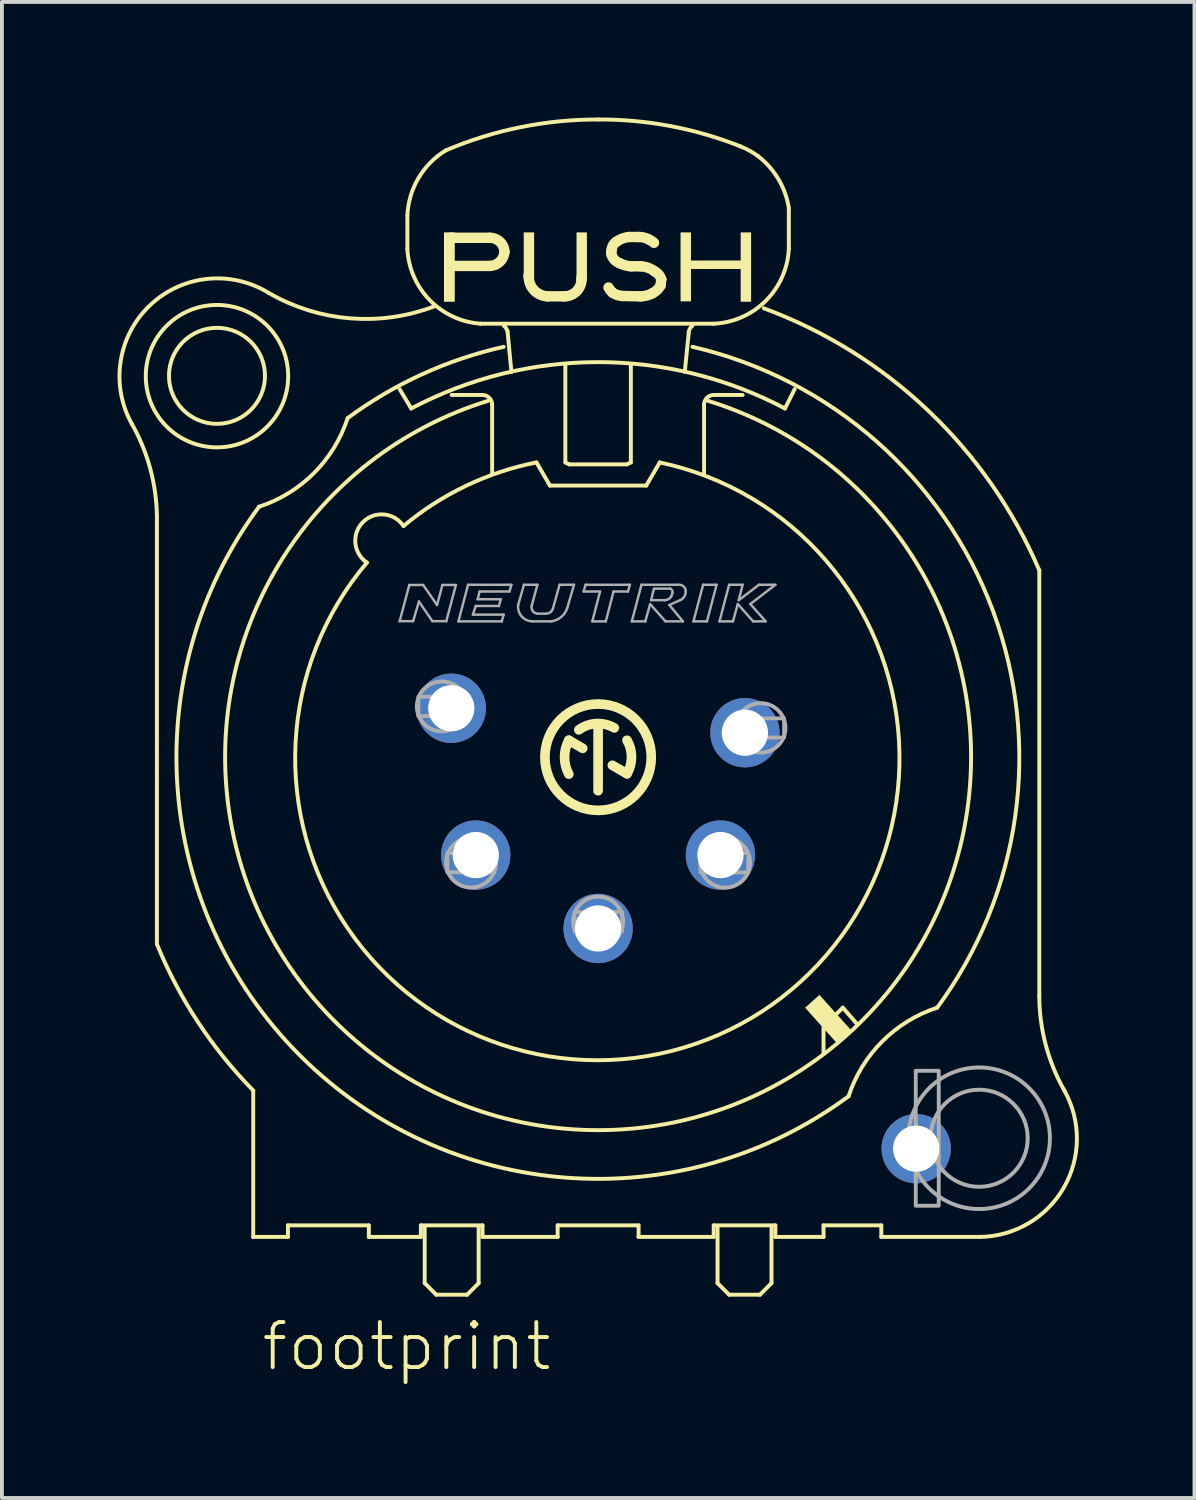
<source format=kicad_pcb>
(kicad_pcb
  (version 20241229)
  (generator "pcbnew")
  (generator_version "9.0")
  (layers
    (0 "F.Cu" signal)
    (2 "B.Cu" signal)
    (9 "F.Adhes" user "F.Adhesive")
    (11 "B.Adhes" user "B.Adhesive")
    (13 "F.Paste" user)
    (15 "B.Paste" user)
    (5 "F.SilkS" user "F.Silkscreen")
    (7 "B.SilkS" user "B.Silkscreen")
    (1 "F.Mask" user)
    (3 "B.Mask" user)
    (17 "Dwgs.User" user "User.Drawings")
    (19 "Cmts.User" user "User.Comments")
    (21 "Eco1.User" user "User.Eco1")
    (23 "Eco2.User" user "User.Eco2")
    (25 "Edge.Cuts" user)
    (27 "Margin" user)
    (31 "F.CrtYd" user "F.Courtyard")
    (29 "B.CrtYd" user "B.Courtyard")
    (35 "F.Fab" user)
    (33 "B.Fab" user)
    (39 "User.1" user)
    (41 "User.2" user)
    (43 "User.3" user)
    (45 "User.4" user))
  (footprint "footprint"
    (layer "F.Cu")
    (at 12.572 16.701)
    (property "Reference" "footprint" (at -8.89 15.875 0) (layer "F.SilkS") (effects (font (size 1.168 1.168) (thickness 0.102)) (justify left bottom)))
    (fp_line (start -11.55 4.75) (end -11.55 -6.35) (stroke (width 0.102) (type solid)) (layer "F.SilkS"))
    (fp_line (start -9.05 8.55) (end -9.05 12.35) (stroke (width 0.102) (type solid)) (layer "F.SilkS"))
    (fp_line (start -9.05 12.35) (end -8.15 12.35) (stroke (width 0.102) (type solid)) (layer "F.SilkS"))
    (fp_line (start -8.15 12.05) (end -6.05 12.05) (stroke (width 0.102) (type solid)) (layer "F.SilkS"))
    (fp_line (start -8.15 12.35) (end -8.15 12.05) (stroke (width 0.102) (type solid)) (layer "F.SilkS"))
    (fp_line (start -6.05 12.05) (end -6.05 12.35) (stroke (width 0.102) (type solid)) (layer "F.SilkS"))
    (fp_line (start -6.05 12.35) (end -4.7 12.35) (stroke (width 0.102) (type solid)) (layer "F.SilkS"))
    (fp_line (start -5.05 -14.15) (end -5.05 -13.3) (stroke (width 0.102) (type solid)) (layer "F.SilkS"))
    (fp_line (start -4.95 -9.15) (end -5.25 -9.65) (stroke (width 0.102) (type solid)) (layer "F.SilkS"))
    (fp_line (start -4.7 12.05) (end -3.1 12.05) (stroke (width 0.102) (type solid)) (layer "F.SilkS"))
    (fp_line (start -4.7 12.35) (end -4.7 12.05) (stroke (width 0.102) (type solid)) (layer "F.SilkS"))
    (fp_line (start -4.6 12.1) (end -4.6 13.55) (stroke (width 0.102) (type solid)) (layer "F.SilkS"))
    (fp_line (start -4.6 13.55) (end -4.3 13.85) (stroke (width 0.102) (type solid)) (layer "F.SilkS"))
    (fp_line (start -4.3 13.85) (end -3.5 13.85) (stroke (width 0.102) (type solid)) (layer "F.SilkS"))
    (fp_line (start -3.94 -13.58) (end -2.91 -13.58) (stroke (width 0.27) (type solid)) (layer "F.SilkS"))
    (fp_line (start -3.9 -9.5) (end -3.1 -9.5) (stroke (width 0.102) (type solid)) (layer "F.SilkS"))
    (fp_line (start -3.5 13.85) (end -3.2 13.55) (stroke (width 0.102) (type solid)) (layer "F.SilkS"))
    (fp_line (start -3.2 13.55) (end -3.2 12.1) (stroke (width 0.102) (type solid)) (layer "F.SilkS"))
    (fp_line (start -3.15 -11.35) (end 2.9 -11.35) (stroke (width 0.102) (type solid)) (layer "F.SilkS"))
    (fp_line (start -3.1 12.05) (end -3.1 12.35) (stroke (width 0.102) (type solid)) (layer "F.SilkS"))
    (fp_line (start -3.1 12.35) (end -1.15 12.35) (stroke (width 0.102) (type solid)) (layer "F.SilkS"))
    (fp_line (start -2.91 -12.85) (end -3.87 -12.85) (stroke (width 0.27) (type solid)) (layer "F.SilkS"))
    (fp_line (start -2.85 -9.25) (end -2.85 -7.45) (stroke (width 0.102) (type solid)) (layer "F.SilkS"))
    (fp_line (start -2.35 -10.1) (end -2.45 -11.15) (stroke (width 0.102) (type solid)) (layer "F.SilkS"))
    (fp_line (start -1.9 -12.63) (end -1.9 -12.57) (stroke (width 0.27) (type solid)) (layer "F.SilkS"))
    (fp_line (start -1.7 -7.75) (end -1.35 -7.15) (stroke (width 0.102) (type solid)) (layer "F.SilkS"))
    (fp_line (start -1.41 -12.06) (end -0.98 -12.06) (stroke (width 0.27) (type solid)) (layer "F.SilkS"))
    (fp_line (start -1.35 -7.15) (end 1.15 -7.15) (stroke (width 0.102) (type solid)) (layer "F.SilkS"))
    (fp_line (start -1.15 12.05) (end 0.95 12.05) (stroke (width 0.102) (type solid)) (layer "F.SilkS"))
    (fp_line (start -1.15 12.35) (end -1.15 12.05) (stroke (width 0.102) (type solid)) (layer "F.SilkS"))
    (fp_line (start -0.95 -10.3) (end -0.95 -7.75) (stroke (width 0.102) (type solid)) (layer "F.SilkS"))
    (fp_line (start -0.95 -7.75) (end -0.85 -7.7) (stroke (width 0.102) (type solid)) (layer "F.SilkS"))
    (fp_line (start -0.86 -0.54) (end -0.5 -0.33) (stroke (width 0.25) (type solid)) (layer "F.SilkS"))
    (fp_line (start -0.85 -7.7) (end 0.65 -7.7) (stroke (width 0.102) (type solid)) (layer "F.SilkS"))
    (fp_line (start -0.53 -12.5) (end -0.53 -12.55) (stroke (width 0.27) (type solid)) (layer "F.SilkS"))
    (fp_line (start -0.1 0.77) (end -0.1 -0.88) (stroke (width 0.25) (type solid)) (layer "F.SilkS"))
    (fp_line (start 0.27 0.11) (end 0.65 0.33) (stroke (width 0.25) (type solid)) (layer "F.SilkS"))
    (fp_line (start 0.52 -12.07) (end 1 -12.06) (stroke (width 0.27) (type solid)) (layer "F.SilkS"))
    (fp_line (start 0.65 -7.7) (end 0.75 -7.75) (stroke (width 0.102) (type solid)) (layer "F.SilkS"))
    (fp_line (start 0.7 -13.6) (end 0.95 -13.6) (stroke (width 0.27) (type solid)) (layer "F.SilkS"))
    (fp_line (start 0.75 -7.75) (end 0.75 -10.3) (stroke (width 0.102) (type solid)) (layer "F.SilkS"))
    (fp_line (start 0.95 12.05) (end 0.95 12.35) (stroke (width 0.102) (type solid)) (layer "F.SilkS"))
    (fp_line (start 0.95 12.35) (end 2.9 12.35) (stroke (width 0.102) (type solid)) (layer "F.SilkS"))
    (fp_line (start 1 -12.84) (end 0.75 -12.84) (stroke (width 0.27) (type solid)) (layer "F.SilkS"))
    (fp_line (start 1.15 -7.15) (end 1.5 -7.75) (stroke (width 0.102) (type solid)) (layer "F.SilkS"))
    (fp_line (start 1.52 -12.34) (end 1.54 -12.5) (stroke (width 0.27) (type solid)) (layer "F.SilkS"))
    (fp_line (start 2.15 -10.1) (end 2.25 -11.1) (stroke (width 0.102) (type solid)) (layer "F.SilkS"))
    (fp_line (start 2.65 -9.25) (end 2.65 -7.45) (stroke (width 0.102) (type solid)) (layer "F.SilkS"))
    (fp_line (start 2.9 12.05) (end 4.5 12.05) (stroke (width 0.102) (type solid)) (layer "F.SilkS"))
    (fp_line (start 2.9 12.35) (end 2.9 12.05) (stroke (width 0.102) (type solid)) (layer "F.SilkS"))
    (fp_line (start 3 12.1) (end 3 13.55) (stroke (width 0.102) (type solid)) (layer "F.SilkS"))
    (fp_line (start 3 13.55) (end 3.3 13.85) (stroke (width 0.102) (type solid)) (layer "F.SilkS"))
    (fp_line (start 3.3 13.85) (end 4.1 13.85) (stroke (width 0.102) (type solid)) (layer "F.SilkS"))
    (fp_line (start 3.65 -9.5) (end 2.9 -9.5) (stroke (width 0.102) (type solid)) (layer "F.SilkS"))
    (fp_line (start 4.1 13.85) (end 4.4 13.55) (stroke (width 0.102) (type solid)) (layer "F.SilkS"))
    (fp_line (start 4.4 13.55) (end 4.4 12.1) (stroke (width 0.102) (type solid)) (layer "F.SilkS"))
    (fp_line (start 4.5 12.05) (end 4.5 12.35) (stroke (width 0.102) (type solid)) (layer "F.SilkS"))
    (fp_line (start 4.5 12.35) (end 5.75 12.35) (stroke (width 0.102) (type solid)) (layer "F.SilkS"))
    (fp_line (start 4.85 -13.3) (end 4.85 -14.35) (stroke (width 0.102) (type solid)) (layer "F.SilkS"))
    (fp_line (start 5 -9.65) (end 4.75 -9.15) (stroke (width 0.102) (type solid)) (layer "F.SilkS"))
    (fp_line (start 5.75 7.6) (end 5.75 6.9) (stroke (width 0.102) (type solid)) (layer "F.SilkS"))
    (fp_line (start 5.75 12.05) (end 7.25 12.05) (stroke (width 0.102) (type solid)) (layer "F.SilkS"))
    (fp_line (start 5.75 12.35) (end 5.75 12.05) (stroke (width 0.102) (type solid)) (layer "F.SilkS"))
    (fp_line (start 6.1 6.55) (end 6.25 6.4) (stroke (width 0.102) (type solid)) (layer "F.SilkS"))
    (fp_line (start 6.25 6.4) (end 6.6 6.8) (stroke (width 0.102) (type solid)) (layer "F.SilkS"))
    (fp_line (start 7.25 12.05) (end 7.25 12.35) (stroke (width 0.102) (type solid)) (layer "F.SilkS"))
    (fp_line (start 7.25 12.35) (end 9.8 12.35) (stroke (width 0.102) (type solid)) (layer "F.SilkS"))
    (fp_line (start 11.35 6.1) (end 11.35 -4.95) (stroke (width 0.102) (type solid)) (layer "F.SilkS"))
    (fp_arc (start -12.2 -8.75) (mid -11.737658 -11.820571) (end -8.649998 -12.15) (stroke (width 0.1016) (type solid)) (layer "F.SilkS"))
    (fp_arc (start -12.2 -8.749999) (mid -11.723731 -7.590968) (end -11.55 -6.35) (stroke (width 0.1016) (type solid)) (layer "F.SilkS"))
    (fp_arc (start -9.05 8.55) (mid -10.485423 6.771989) (end -11.55 4.75) (stroke (width 0.1016) (type solid)) (layer "F.SilkS"))
    (fp_arc (start -6.6 -8.9) (mid -7.473887 -7.473888) (end -8.899999 -6.6) (stroke (width 0.1016) (type solid)) (layer "F.SilkS"))
    (fp_arc (start -6.6 -8.9) (mid -4.671493 -10.036241) (end -2.55 -10.75) (stroke (width 0.1016) (type solid)) (layer "F.SilkS"))
    (fp_arc (start -6.1 -5.15) (mid -6.202615 -6.202615) (end -5.15 -6.1) (stroke (width 0.1016) (type solid)) (layer "F.SilkS"))
    (fp_arc (start -5.15 -6.1) (mid -3.529062 -7.142584) (end -1.7 -7.75) (stroke (width 0.1016) (type solid)) (layer "F.SilkS"))
    (fp_arc (start -5.050001 -14.15) (mid -4.764297 -15.126057) (end -4.05 -15.85) (stroke (width 0.1016) (type solid)) (layer "F.SilkS"))
    (fp_arc (start -4.949999 -9.15) (mid -0.1 -10.353011) (end 4.75 -9.15) (stroke (width 0.1016) (type solid)) (layer "F.SilkS"))
    (fp_arc (start -4.35 -11.8) (mid -6.539491 -11.48982) (end -8.65 -12.15) (stroke (width 0.1016) (type solid)) (layer "F.SilkS"))
    (fp_arc (start -4.05 -15.85) (mid -2.115493 -16.449936) (end -0.1 -16.65) (stroke (width 0.1016) (type solid)) (layer "F.SilkS"))
    (fp_arc (start -3.15 -11.349998) (mid -4.470714 -11.963791) (end -5.05 -13.3) (stroke (width 0.1016) (type solid)) (layer "F.SilkS"))
    (fp_arc (start -3.1 -9.5) (mid -2.923223 -9.426777) (end -2.85 -9.25) (stroke (width 0.1016) (type solid)) (layer "F.SilkS"))
    (fp_arc (start -2.91 -13.58) (mid -2.647154 -13.476892) (end -2.529999 -13.219999) (stroke (width 0.27) (type solid)) (layer "F.SilkS"))
    (fp_arc (start -2.55 -11.299999) (mid -2.487829 -11.233113) (end -2.45 -11.15) (stroke (width 0.1016) (type solid)) (layer "F.SilkS"))
    (fp_arc (start -2.53 -13.22) (mid -2.647322 -12.960358) (end -2.91 -12.85) (stroke (width 0.27) (type solid)) (layer "F.SilkS"))
    (fp_arc (start -1.41 -12.059999) (mid -1.75824 -12.215808) (end -1.9 -12.57) (stroke (width 0.27) (type solid)) (layer "F.SilkS"))
    (fp_arc (start -0.86 0.34) (mid -0.970865 -0.1) (end -0.86 -0.54) (stroke (width 0.25) (type solid)) (layer "F.SilkS"))
    (fp_arc (start -0.6 -0.81) (mid -0.14747 -0.972451) (end 0.320001 -0.86) (stroke (width 0.25) (type solid)) (layer "F.SilkS"))
    (fp_arc (start -0.53 -12.5) (mid -0.663615 -12.186538) (end -0.98 -12.06) (stroke (width 0.27) (type solid)) (layer "F.SilkS"))
    (fp_arc (start -0.1 -16.65) (mid 1.783659 -16.477911) (end 3.6 -15.95) (stroke (width 0.1016) (type solid)) (layer "F.SilkS"))
    (fp_arc (start 0.25 -13.26) (mid 0.287878 -13.386027) (end 0.38 -13.48) (stroke (width 0.27) (type solid)) (layer "F.SilkS"))
    (fp_arc (start 0.25 -13.14) (mid 0.238792 -13.2) (end 0.25 -13.259999) (stroke (width 0.27) (type solid)) (layer "F.SilkS"))
    (fp_arc (start 0.27 -12.16) (mid 0.214187 -12.220528) (end 0.17 -12.29) (stroke (width 0.27) (type solid)) (layer "F.SilkS"))
    (fp_arc (start 0.38 -13.48) (mid 0.53219 -13.560826) (end 0.7 -13.6) (stroke (width 0.27) (type solid)) (layer "F.SilkS"))
    (fp_arc (start 0.46 -12.92) (mid 0.329033 -13.005213) (end 0.25 -13.14) (stroke (width 0.27) (type solid)) (layer "F.SilkS"))
    (fp_arc (start 0.519999 -12.07) (mid 0.389066 -12.098519) (end 0.27 -12.16) (stroke (width 0.27) (type solid)) (layer "F.SilkS"))
    (fp_arc (start 0.650001 -0.539999) (mid 0.7677 -0.104999) (end 0.65 0.33) (stroke (width 0.25) (type solid)) (layer "F.SilkS"))
    (fp_arc (start 0.75 -12.84) (mid 0.600862 -12.865001) (end 0.46 -12.92) (stroke (width 0.27) (type solid)) (layer "F.SilkS"))
    (fp_arc (start 0.95 -13.6) (mid 1.083921 -13.586992) (end 1.21 -13.54) (stroke (width 0.27) (type solid)) (layer "F.SilkS"))
    (fp_arc (start 0.999999 -12.84) (mid 1.200929 -12.799666) (end 1.38 -12.7) (stroke (width 0.27) (type solid)) (layer "F.SilkS"))
    (fp_arc (start 1.21 -13.54) (mid 1.283781 -13.500882) (end 1.35 -13.45) (stroke (width 0.27) (type solid)) (layer "F.SilkS"))
    (fp_arc (start 1.31 -12.14) (mid 1.159788 -12.081447) (end 1 -12.06) (stroke (width 0.27) (type solid)) (layer "F.SilkS"))
    (fp_arc (start 1.38 -12.7) (mid 1.481093 -12.616874) (end 1.54 -12.5) (stroke (width 0.27) (type solid)) (layer "F.SilkS"))
    (fp_arc (start 1.5 -7.75) (mid 2.418311 7.341985) (end -6.1 -5.15) (stroke (width 0.1016) (type solid)) (layer "F.SilkS"))
    (fp_arc (start 1.52 -12.34) (mid 1.429802 -12.224457) (end 1.31 -12.14) (stroke (width 0.27) (type solid)) (layer "F.SilkS"))
    (fp_arc (start 2.25 -11.1) (mid 2.276394 -11.211803) (end 2.350001 -11.3) (stroke (width 0.1016) (type solid)) (layer "F.SilkS"))
    (fp_arc (start 2.350001 -10.749998) (mid 10.151107 -3.887872) (end 8.7 6.4) (stroke (width 0.1016) (type solid)) (layer "F.SilkS"))
    (fp_arc (start 2.65 -9.25) (mid 2.723223 -9.426777) (end 2.9 -9.5) (stroke (width 0.1016) (type solid)) (layer "F.SilkS"))
    (fp_arc (start 2.75 -9.35) (mid -0.1 9.579103) (end -2.950001 -9.35) (stroke (width 0.1016) (type solid)) (layer "F.SilkS"))
    (fp_arc (start 3.6 -15.95) (mid 3.832782 -15.839008) (end 4.05 -15.7) (stroke (width 0.1016) (type solid)) (layer "F.SilkS"))
    (fp_arc (start 4.05 -15.700001) (mid 4.57948 -15.10173) (end 4.85 -14.35) (stroke (width 0.1016) (type solid)) (layer "F.SilkS"))
    (fp_arc (start 4.2 -11.749999) (mid 8.475373 -9.086422) (end 11.35 -4.95) (stroke (width 0.1016) (type solid)) (layer "F.SilkS"))
    (fp_arc (start 4.849999 -13.300001) (mid 4.253429 -11.946572) (end 2.9 -11.35) (stroke (width 0.1016) (type solid)) (layer "F.SilkS"))
    (fp_arc (start 6.4 8.7) (mid 7.274876 7.274876) (end 8.699999 6.4) (stroke (width 0.1016) (type solid)) (layer "F.SilkS"))
    (fp_arc (start 6.4 8.700002) (mid -7.839362 7.639362) (end -8.9 -6.6) (stroke (width 0.1016) (type solid)) (layer "F.SilkS"))
    (fp_arc (start 11.999999 8.549999) (mid 11.98264 11.076791) (end 9.8 12.35) (stroke (width 0.1016) (type solid)) (layer "F.SilkS"))
    (fp_arc (start 12 8.55) (mid 11.517244 7.366853) (end 11.35 6.1) (stroke (width 0.1016) (type solid)) (layer "F.SilkS"))
    (fp_circle (center -9.991 -9.997) (end -8.745 -9.997) (stroke (width 0.102) (type solid)) (fill no) (layer "F.SilkS"))
    (fp_circle (center -9.991 -9.989) (end -8.143 -9.989) (stroke (width 0.102) (type solid)) (fill no) (layer "F.SilkS"))
    (fp_circle (center -0.1 -0.1) (end 1.28 -0.1) (stroke (width 0.25) (type solid)) (fill no) (layer "F.SilkS"))
    (fp_poly (pts (xy -4.1 -11.92) (xy -3.82 -11.92) (xy -3.82 -13.72) (xy -4.1 -13.72)) (stroke (width 0) (type solid)) (fill yes) (layer "F.SilkS"))
    (fp_poly (pts (xy -2.03 -12.54) (xy -1.76 -12.54) (xy -1.76 -13.72) (xy -2.03 -13.72)) (stroke (width 0) (type solid)) (fill yes) (layer "F.SilkS"))
    (fp_poly (pts (xy -0.66 -12.54) (xy -0.39 -12.54) (xy -0.39 -13.72) (xy -0.66 -13.72)) (stroke (width 0) (type solid)) (fill yes) (layer "F.SilkS"))
    (fp_poly (pts (xy 2.04 -11.93) (xy 2.31 -11.93) (xy 2.31 -13.72) (xy 2.04 -13.72)) (stroke (width 0) (type solid)) (fill yes) (layer "F.SilkS"))
    (fp_poly (pts (xy 2.27 -12.77) (xy 3.64 -12.77) (xy 3.64 -12.99) (xy 2.27 -12.99)) (stroke (width 0) (type solid)) (fill yes) (layer "F.SilkS"))
    (fp_poly (pts (xy 3.6 -11.92) (xy 3.87 -11.92) (xy 3.87 -13.72) (xy 3.6 -13.72)) (stroke (width 0) (type solid)) (fill yes) (layer "F.SilkS"))
    (fp_poly (pts (xy 6.478 6.998) (xy 5.644 6.068) (xy 5.272 6.402) (xy 6.106 7.332)) (stroke (width 0) (type solid)) (fill yes) (layer "F.SilkS"))
    (fp_line (start -5.25 -3.63) (end -5 -4.57) (stroke (width 0.063) (type solid)) (layer "F.Fab"))
    (fp_line (start -5 -4.57) (end -4.64 -4.57) (stroke (width 0.063) (type solid)) (layer "F.Fab"))
    (fp_line (start -4.9 -3.63) (end -5.25 -3.63) (stroke (width 0.063) (type solid)) (layer "F.Fab"))
    (fp_line (start -4.75 -4.14) (end -4.9 -3.63) (stroke (width 0.063) (type solid)) (layer "F.Fab"))
    (fp_line (start -4.64 -4.57) (end -4.28 -4.05) (stroke (width 0.063) (type solid)) (layer "F.Fab"))
    (fp_line (start -4.4 -3.63) (end -4.75 -4.14) (stroke (width 0.063) (type solid)) (layer "F.Fab"))
    (fp_line (start -4.28 -4.05) (end -4.14 -4.57) (stroke (width 0.063) (type solid)) (layer "F.Fab"))
    (fp_line (start -4.14 -4.57) (end -3.79 -4.57) (stroke (width 0.063) (type solid)) (layer "F.Fab"))
    (fp_line (start -4.04 -3.63) (end -4.4 -3.63) (stroke (width 0.063) (type solid)) (layer "F.Fab"))
    (fp_line (start -3.79 -4.57) (end -4.04 -3.63) (stroke (width 0.063) (type solid)) (layer "F.Fab"))
    (fp_line (start -3.725 -3.625) (end -3.475 -4.575) (stroke (width 0.063) (type solid)) (layer "F.Fab"))
    (fp_line (start -3.475 -4.575) (end -2.35 -4.575) (stroke (width 0.063) (type solid)) (layer "F.Fab"))
    (fp_line (start -3.35 -3.8) (end -2.55 -3.8) (stroke (width 0.063) (type solid)) (layer "F.Fab"))
    (fp_line (start -3.275 -4.025) (end -3.35 -3.8) (stroke (width 0.063) (type solid)) (layer "F.Fab"))
    (fp_line (start -3.225 -4.2) (end -2.625 -4.2) (stroke (width 0.063) (type solid)) (layer "F.Fab"))
    (fp_line (start -3.175 -4.4) (end -3.225 -4.2) (stroke (width 0.063) (type solid)) (layer "F.Fab"))
    (fp_line (start -2.675 -4.025) (end -3.275 -4.025) (stroke (width 0.063) (type solid)) (layer "F.Fab"))
    (fp_line (start -2.625 -4.2) (end -2.675 -4.025) (stroke (width 0.063) (type solid)) (layer "F.Fab"))
    (fp_line (start -2.6 -3.625) (end -3.725 -3.625) (stroke (width 0.063) (type solid)) (layer "F.Fab"))
    (fp_line (start -2.55 -3.8) (end -2.6 -3.625) (stroke (width 0.063) (type solid)) (layer "F.Fab"))
    (fp_line (start -2.4 -4.4) (end -3.175 -4.4) (stroke (width 0.063) (type solid)) (layer "F.Fab"))
    (fp_line (start -2.35 -4.575) (end -2.4 -4.4) (stroke (width 0.063) (type solid)) (layer "F.Fab"))
    (fp_line (start -2.175 -4.05) (end -2.025 -4.575) (stroke (width 0.063) (type solid)) (layer "F.Fab"))
    (fp_line (start -2.025 -4.575) (end -1.675 -4.575) (stroke (width 0.063) (type solid)) (layer "F.Fab"))
    (fp_line (start -1.675 -4.575) (end -1.825 -4.025) (stroke (width 0.063) (type solid)) (layer "F.Fab"))
    (fp_line (start -1.675 -3.825) (end -1.45 -3.825) (stroke (width 0.063) (type solid)) (layer "F.Fab"))
    (fp_line (start -1.325 -3.625) (end -1.8 -3.625) (stroke (width 0.063) (type solid)) (layer "F.Fab"))
    (fp_line (start -1.275 -3.95) (end -1.1 -4.575) (stroke (width 0.063) (type solid)) (layer "F.Fab"))
    (fp_line (start -1.1 -4.575) (end -0.725 -4.575) (stroke (width 0.063) (type solid)) (layer "F.Fab"))
    (fp_line (start -0.725 -4.575) (end -0.9 -3.975) (stroke (width 0.063) (type solid)) (layer "F.Fab"))
    (fp_line (start -0.475 -4.4) (end -0.425 -4.575) (stroke (width 0.063) (type solid)) (layer "F.Fab"))
    (fp_line (start -0.425 -4.575) (end 0.725 -4.575) (stroke (width 0.063) (type solid)) (layer "F.Fab"))
    (fp_line (start -0.25 -3.625) (end -0.05 -4.4) (stroke (width 0.063) (type solid)) (layer "F.Fab"))
    (fp_line (start -0.05 -4.4) (end -0.475 -4.4) (stroke (width 0.063) (type solid)) (layer "F.Fab"))
    (fp_line (start 0.1 -3.625) (end -0.25 -3.625) (stroke (width 0.063) (type solid)) (layer "F.Fab"))
    (fp_line (start 0.3 -4.4) (end 0.1 -3.625) (stroke (width 0.063) (type solid)) (layer "F.Fab"))
    (fp_line (start 0.675 -4.4) (end 0.3 -4.4) (stroke (width 0.063) (type solid)) (layer "F.Fab"))
    (fp_line (start 0.725 -4.575) (end 0.675 -4.4) (stroke (width 0.063) (type solid)) (layer "F.Fab"))
    (fp_line (start 0.775 -3.625) (end 1.025 -4.575) (stroke (width 0.063) (type solid)) (layer "F.Fab"))
    (fp_line (start 1.025 -4.575) (end 1.975 -4.575) (stroke (width 0.063) (type solid)) (layer "F.Fab"))
    (fp_line (start 1.125 -3.625) (end 0.775 -3.625) (stroke (width 0.063) (type solid)) (layer "F.Fab"))
    (fp_line (start 1.25 -4.075) (end 1.125 -3.625) (stroke (width 0.063) (type solid)) (layer "F.Fab"))
    (fp_line (start 1.275 -4.175) (end 1.625 -4.175) (stroke (width 0.063) (type solid)) (layer "F.Fab"))
    (fp_line (start 1.35 -4.475) (end 1.275 -4.175) (stroke (width 0.063) (type solid)) (layer "F.Fab"))
    (fp_line (start 1.65 -3.625) (end 1.25 -4.075) (stroke (width 0.063) (type solid)) (layer "F.Fab"))
    (fp_line (start 1.75 -4.05) (end 2.1 -3.625) (stroke (width 0.063) (type solid)) (layer "F.Fab"))
    (fp_line (start 1.775 -4.475) (end 1.375 -4.475) (stroke (width 0.063) (type solid)) (layer "F.Fab"))
    (fp_line (start 1.8 -4.275) (end 1.825 -4.35) (stroke (width 0.063) (type solid)) (layer "F.Fab"))
    (fp_line (start 2.025 -4.175) (end 1.75 -4.05) (stroke (width 0.063) (type solid)) (layer "F.Fab"))
    (fp_line (start 2.1 -3.625) (end 1.65 -3.625) (stroke (width 0.063) (type solid)) (layer "F.Fab"))
    (fp_line (start 2.375 -3.625) (end 2.625 -4.575) (stroke (width 0.063) (type solid)) (layer "F.Fab"))
    (fp_line (start 2.625 -4.575) (end 2.975 -4.575) (stroke (width 0.063) (type solid)) (layer "F.Fab"))
    (fp_line (start 2.725 -3.625) (end 2.375 -3.625) (stroke (width 0.063) (type solid)) (layer "F.Fab"))
    (fp_line (start 2.975 -4.575) (end 2.725 -3.625) (stroke (width 0.063) (type solid)) (layer "F.Fab"))
    (fp_line (start 3.05 -3.625) (end 3.4 -3.625) (stroke (width 0.063) (type solid)) (layer "F.Fab"))
    (fp_line (start 3.3 -4.575) (end 3.05 -3.625) (stroke (width 0.063) (type solid)) (layer "F.Fab"))
    (fp_line (start 3.4 -3.625) (end 3.525 -4.075) (stroke (width 0.063) (type solid)) (layer "F.Fab"))
    (fp_line (start 3.525 -4.075) (end 3.925 -3.625) (stroke (width 0.063) (type solid)) (layer "F.Fab"))
    (fp_line (start 3.55 -4.175) (end 3.65 -4.575) (stroke (width 0.063) (type solid)) (layer "F.Fab"))
    (fp_line (start 3.65 -4.575) (end 3.3 -4.575) (stroke (width 0.063) (type solid)) (layer "F.Fab"))
    (fp_line (start 3.85 -4.075) (end 4.5 -4.575) (stroke (width 0.063) (type solid)) (layer "F.Fab"))
    (fp_line (start 3.925 -3.625) (end 4.25 -3.625) (stroke (width 0.063) (type solid)) (layer "F.Fab"))
    (fp_line (start 4.075 -4.575) (end 3.55 -4.175) (stroke (width 0.063) (type solid)) (layer "F.Fab"))
    (fp_line (start 4.25 -3.625) (end 3.85 -4.075) (stroke (width 0.063) (type solid)) (layer "F.Fab"))
    (fp_line (start 4.5 -4.575) (end 4.075 -4.575) (stroke (width 0.063) (type solid)) (layer "F.Fab"))
    (fp_arc (start -1.8 -3.625) (mid -2.082521 -3.753658) (end -2.175 -4.05) (stroke (width 0.0634) (type solid)) (layer "F.Fab"))
    (fp_arc (start -1.675001 -3.824999) (mid -1.794241 -3.89182) (end -1.825 -4.025) (stroke (width 0.0634) (type solid)) (layer "F.Fab"))
    (fp_arc (start -1.275001 -3.949999) (mid -1.343029 -3.86024) (end -1.45 -3.825) (stroke (width 0.0634) (type solid)) (layer "F.Fab"))
    (fp_arc (start -0.9 -3.975) (mid -1.060298 -3.736613) (end -1.324999 -3.625) (stroke (width 0.0634) (type solid)) (layer "F.Fab"))
    (fp_arc (start 1.775 -4.475) (mid 1.825888 -4.422855) (end 1.825 -4.35) (stroke (width 0.0634) (type solid)) (layer "F.Fab"))
    (fp_arc (start 1.799999 -4.275) (mid 1.72636 -4.200745) (end 1.625 -4.175) (stroke (width 0.0634) (type solid)) (layer "F.Fab"))
    (fp_arc (start 1.975 -4.575) (mid 2.115619 -4.53392) (end 2.175 -4.399998) (stroke (width 0.0634) (type solid)) (layer "F.Fab"))
    (fp_arc (start 2.175 -4.4) (mid 2.135142 -4.264071) (end 2.025 -4.174999) (stroke (width 0.0634) (type solid)) (layer "F.Fab"))
    (fp_circle (center -4.156 -1.418) (end -3.509 -1.418) (stroke (width 0.102) (type solid)) (fill no) (layer "F.Fab"))
    (fp_circle (center -3.397 2.636) (end -2.75 2.636) (stroke (width 0.102) (type solid)) (fill no) (layer "F.Fab"))
    (fp_circle (center -0.1 4.165) (end 0.547 4.165) (stroke (width 0.102) (type solid)) (fill no) (layer "F.Fab"))
    (fp_circle (center 3.196 2.637) (end 3.844 2.637) (stroke (width 0.102) (type solid)) (fill no) (layer "F.Fab"))
    (fp_circle (center 4.12 -0.86) (end 4.762 -0.86) (stroke (width 0.102) (type solid)) (fill no) (layer "F.Fab"))
    (fp_circle (center 9.789 9.789) (end 11.049 9.789) (stroke (width 0.102) (type solid)) (fill no) (layer "F.Fab"))
    (fp_circle (center 9.789 9.789) (end 11.626 9.789) (stroke (width 0.102) (type solid)) (fill no) (layer "F.Fab"))
    (fp_poly (pts (xy -4.765 -1.168) (xy -3.546 -1.168) (xy -3.546 -1.669) (xy -4.765 -1.669)) (stroke (width 0.1) (type solid)) (fill no) (layer "F.Fab"))
    (fp_poly (pts (xy -4.011 2.887) (xy -2.797 2.887) (xy -2.797 2.386) (xy -4.011 2.386)) (stroke (width 0.1) (type solid)) (fill no) (layer "F.Fab"))
    (fp_poly (pts (xy -0.71 4.416) (xy 0.526 4.416) (xy 0.526 3.917) (xy -0.71 3.917)) (stroke (width 0.1) (type solid)) (fill no) (layer "F.Fab"))
    (fp_poly (pts (xy 2.56 2.889) (xy 3.797 2.889) (xy 3.797 2.388) (xy 2.56 2.388)) (stroke (width 0.1) (type solid)) (fill no) (layer "F.Fab"))
    (fp_poly (pts (xy 3.511 -0.61) (xy 4.727 -0.61) (xy 4.727 -1.108) (xy 3.511 -1.108)) (stroke (width 0.1) (type solid)) (fill no) (layer "F.Fab"))
    (fp_poly (pts (xy 8.144 11.54) (xy 8.74 11.54) (xy 8.74 8.038) (xy 8.144 8.038)) (stroke (width 0.1) (type solid)) (fill no) (layer "F.Fab"))
    (pad "1" thru_hole circle (at 3.71 -0.735) (size 1.8 1.8) (drill 1.2) (layers "*.Cu" "*.Mask"))
    (pad "2" thru_hole circle (at 3.075 2.44) (size 1.8 1.8) (drill 1.2) (layers "*.Cu" "*.Mask"))
    (pad "3" thru_hole circle (at -0.1 4.345) (size 1.8 1.8) (drill 1.2) (layers "*.Cu" "*.Mask"))
    (pad "4" thru_hole circle (at -3.275 2.44) (size 1.8 1.8) (drill 1.2) (layers "*.Cu" "*.Mask"))
    (pad "5" thru_hole circle (at -3.91 -1.37) (size 1.8 1.8) (drill 1.2) (layers "*.Cu" "*.Mask"))
    (pad "G" thru_hole circle (at 8.155 10.06) (size 1.8 1.8) (drill 1.2) (layers "*.Cu" "*.Mask")))
  (gr_rect
    (start -3 -3)
    (end 27.949 35.826)
    (stroke (width 0.1) (type default))
    (fill no)
    (layer "Edge.Cuts")))
</source>
